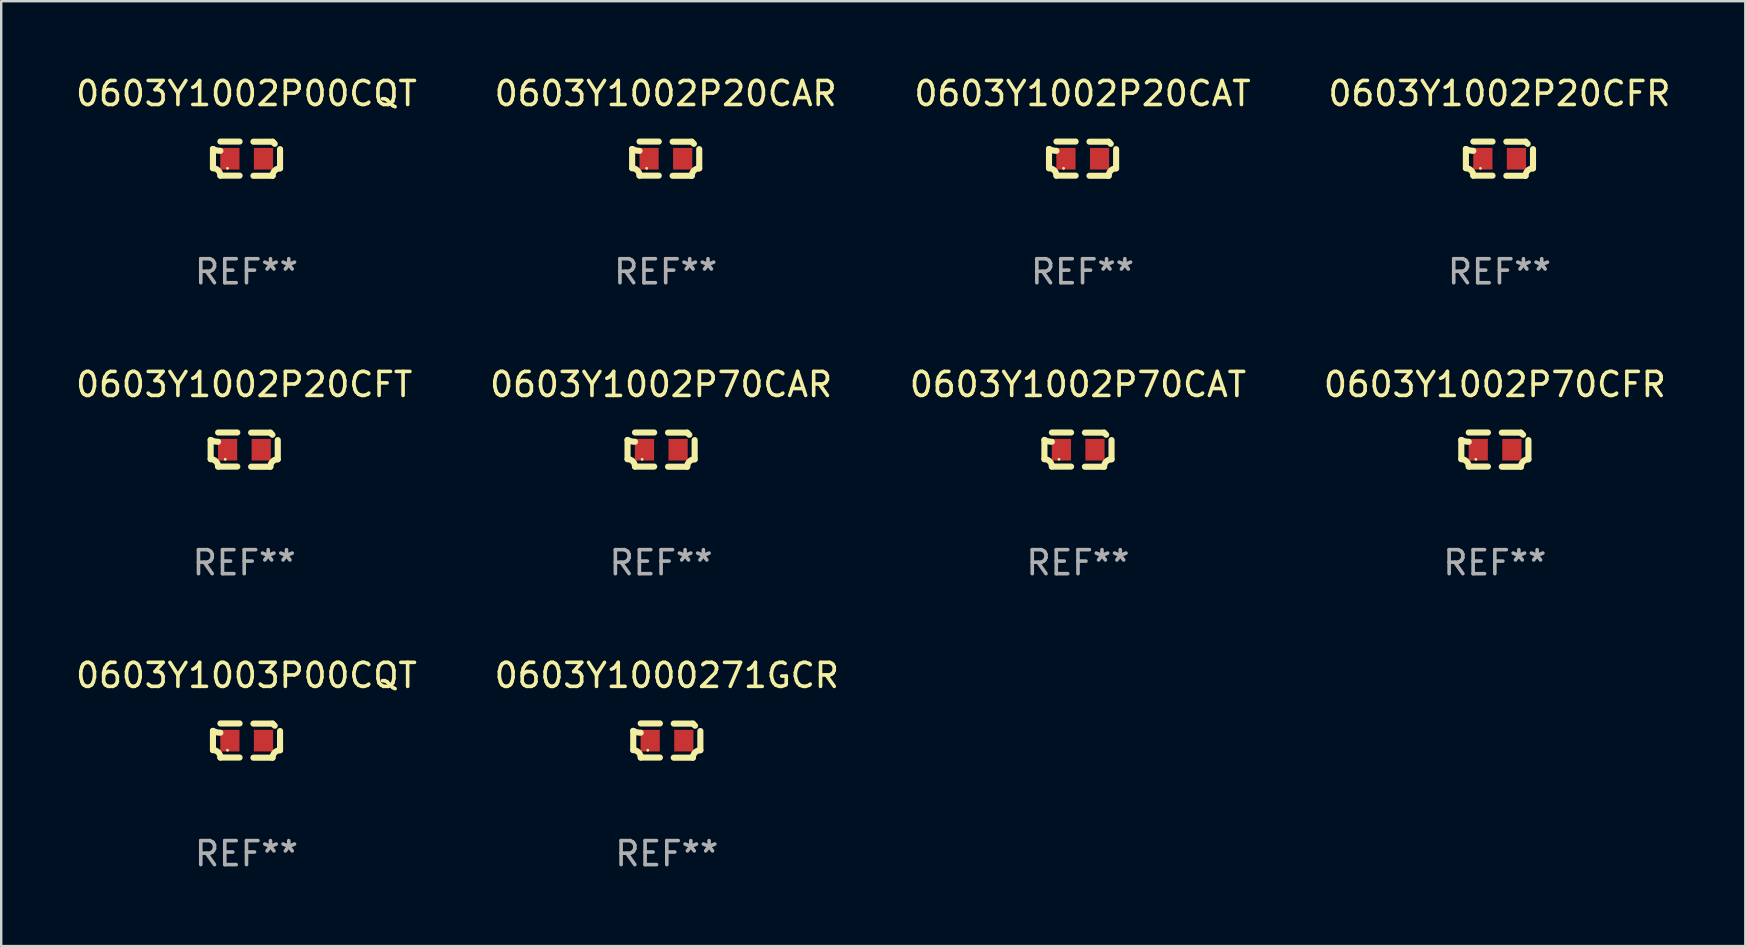
<source format=kicad_pcb>
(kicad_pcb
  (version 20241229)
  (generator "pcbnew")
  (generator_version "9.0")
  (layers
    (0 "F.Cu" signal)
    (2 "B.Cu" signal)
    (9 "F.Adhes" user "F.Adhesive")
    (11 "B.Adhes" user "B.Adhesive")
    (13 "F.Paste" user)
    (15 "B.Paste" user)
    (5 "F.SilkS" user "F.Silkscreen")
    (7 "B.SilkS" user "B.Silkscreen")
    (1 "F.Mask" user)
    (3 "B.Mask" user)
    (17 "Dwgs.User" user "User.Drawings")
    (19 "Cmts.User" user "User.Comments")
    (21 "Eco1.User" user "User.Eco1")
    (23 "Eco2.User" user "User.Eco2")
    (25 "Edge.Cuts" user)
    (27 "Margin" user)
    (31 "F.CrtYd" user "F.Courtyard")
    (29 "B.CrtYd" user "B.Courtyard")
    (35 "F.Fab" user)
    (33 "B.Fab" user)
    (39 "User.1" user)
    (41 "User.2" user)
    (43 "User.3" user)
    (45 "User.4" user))
  (footprint "0603Y1003P00CQT"
    (layer "F.Cu")
    (at 7.22 27.805)
    (property "Reference" "0603Y1003P00CQT" (at 0 -2.713 0) (layer "F.SilkS") (effects (font (size 1 1) (thickness 0.15))))
    (attr through_hole)
    (fp_line (start -1.398 -0.403) (end -1.398 0.397) (stroke (width 0.254) (type solid)) (layer "F.SilkS"))
    (fp_line (start -0.288 -0.713) (end -1.088 -0.713) (stroke (width 0.254) (type solid)) (layer "F.SilkS"))
    (fp_line (start -0.288 0.707) (end -1.088 0.707) (stroke (width 0.254) (type solid)) (layer "F.SilkS"))
    (fp_line (start 0.288 -0.707) (end 1.088 -0.707) (stroke (width 0.254) (type solid)) (layer "F.SilkS"))
    (fp_line (start 0.288 0.713) (end 1.088 0.713) (stroke (width 0.254) (type solid)) (layer "F.SilkS"))
    (fp_line (start 1.398 -0.397) (end 1.398 0.403) (stroke (width 0.254) (type solid)) (layer "F.SilkS"))
    (fp_arc (start -1.397789 0.397066) (mid -1.178701 0.487826) (end -1.08796 0.706922) (stroke (width 0.254001) (type solid)) (layer "F.SilkS"))
    (fp_arc (start -1.08796 -0.327176) (mid -1.247436 -0.346384) (end -1.39779 -0.402908) (stroke (width 0.254001) (type solid)) (layer "F.SilkS"))
    (fp_arc (start 1.087909 0.712738) (mid 1.178656 0.493655) (end 1.397739 0.402908) (stroke (width 0.254001) (type solid)) (layer "F.SilkS"))
    (fp_arc (start 1.175925 -0.618926) (mid 1.131917 -0.662923) (end 1.08791 -0.706922) (stroke (width 0.254001) (type solid)) (layer "F.SilkS"))
    (fp_circle (center -0.792 0.403) (end -0.762 0.403) (stroke (width 0.06) (type solid)) (fill no) (layer "F.SilkS"))
    (fp_text user "REF**" (at 0 4.713 0) (layer "F.Fab") (effects (font (size 1 1) (thickness 0.15))))
    (pad "1" smd rect (at -0.692 0.003) (size 0.8 0.9) (layers "F.Cu" "F.Mask" "F.Paste"))
    (pad "2" smd rect (at 0.708 0.003) (size 0.8 0.9) (layers "F.Cu" "F.Mask" "F.Paste")))
  (footprint "0603Y1002P00CQT"
    (layer "F.Cu")
    (at 7.22 3.561)
    (property "Reference" "0603Y1002P00CQT" (at 0 -2.713 0) (layer "F.SilkS") (effects (font (size 1 1) (thickness 0.15))))
    (attr through_hole)
    (fp_line (start -1.398 -0.403) (end -1.398 0.397) (stroke (width 0.254) (type solid)) (layer "F.SilkS"))
    (fp_line (start -0.288 -0.713) (end -1.088 -0.713) (stroke (width 0.254) (type solid)) (layer "F.SilkS"))
    (fp_line (start -0.288 0.707) (end -1.088 0.707) (stroke (width 0.254) (type solid)) (layer "F.SilkS"))
    (fp_line (start 0.288 -0.707) (end 1.088 -0.707) (stroke (width 0.254) (type solid)) (layer "F.SilkS"))
    (fp_line (start 0.288 0.713) (end 1.088 0.713) (stroke (width 0.254) (type solid)) (layer "F.SilkS"))
    (fp_line (start 1.398 -0.397) (end 1.398 0.403) (stroke (width 0.254) (type solid)) (layer "F.SilkS"))
    (fp_arc (start -1.397789 0.397066) (mid -1.178701 0.487826) (end -1.08796 0.706922) (stroke (width 0.254001) (type solid)) (layer "F.SilkS"))
    (fp_arc (start -1.08796 -0.327176) (mid -1.247436 -0.346384) (end -1.39779 -0.402908) (stroke (width 0.254001) (type solid)) (layer "F.SilkS"))
    (fp_arc (start 1.087909 0.712738) (mid 1.178656 0.493655) (end 1.397739 0.402908) (stroke (width 0.254001) (type solid)) (layer "F.SilkS"))
    (fp_arc (start 1.175925 -0.618926) (mid 1.131917 -0.662923) (end 1.08791 -0.706922) (stroke (width 0.254001) (type solid)) (layer "F.SilkS"))
    (fp_circle (center -0.792 0.403) (end -0.762 0.403) (stroke (width 0.06) (type solid)) (fill no) (layer "F.SilkS"))
    (fp_text user "REF**" (at 0 4.713 0) (layer "F.Fab") (effects (font (size 1 1) (thickness 0.15))))
    (pad "1" smd rect (at -0.692 0.003) (size 0.8 0.9) (layers "F.Cu" "F.Mask" "F.Paste"))
    (pad "2" smd rect (at 0.708 0.003) (size 0.8 0.9) (layers "F.Cu" "F.Mask" "F.Paste")))
  (footprint "0603Y1002P20CAT"
    (layer "F.Cu")
    (at 42.054 3.561)
    (property "Reference" "0603Y1002P20CAT" (at 0 -2.713 0) (layer "F.SilkS") (effects (font (size 1 1) (thickness 0.15))))
    (attr through_hole)
    (fp_line (start -1.398 -0.403) (end -1.398 0.397) (stroke (width 0.254) (type solid)) (layer "F.SilkS"))
    (fp_line (start -0.288 -0.713) (end -1.088 -0.713) (stroke (width 0.254) (type solid)) (layer "F.SilkS"))
    (fp_line (start -0.288 0.707) (end -1.088 0.707) (stroke (width 0.254) (type solid)) (layer "F.SilkS"))
    (fp_line (start 0.288 -0.707) (end 1.088 -0.707) (stroke (width 0.254) (type solid)) (layer "F.SilkS"))
    (fp_line (start 0.288 0.713) (end 1.088 0.713) (stroke (width 0.254) (type solid)) (layer "F.SilkS"))
    (fp_line (start 1.398 -0.397) (end 1.398 0.403) (stroke (width 0.254) (type solid)) (layer "F.SilkS"))
    (fp_arc (start -1.397789 0.397066) (mid -1.178701 0.487826) (end -1.08796 0.706922) (stroke (width 0.254001) (type solid)) (layer "F.SilkS"))
    (fp_arc (start -1.08796 -0.327176) (mid -1.247436 -0.346384) (end -1.39779 -0.402908) (stroke (width 0.254001) (type solid)) (layer "F.SilkS"))
    (fp_arc (start 1.087909 0.712738) (mid 1.178656 0.493655) (end 1.397739 0.402908) (stroke (width 0.254001) (type solid)) (layer "F.SilkS"))
    (fp_arc (start 1.175925 -0.618926) (mid 1.131917 -0.662923) (end 1.08791 -0.706922) (stroke (width 0.254001) (type solid)) (layer "F.SilkS"))
    (fp_circle (center -0.792 0.403) (end -0.762 0.403) (stroke (width 0.06) (type solid)) (fill no) (layer "F.SilkS"))
    (fp_text user "REF**" (at 0 4.713 0) (layer "F.Fab") (effects (font (size 1 1) (thickness 0.15))))
    (pad "1" smd rect (at -0.692 0.003) (size 0.8 0.9) (layers "F.Cu" "F.Mask" "F.Paste"))
    (pad "2" smd rect (at 0.708 0.003) (size 0.8 0.9) (layers "F.Cu" "F.Mask" "F.Paste")))
  (footprint "0603Y1002P20CFR"
    (layer "F.Cu")
    (at 59.423 3.561)
    (property "Reference" "0603Y1002P20CFR" (at 0 -2.713 0) (layer "F.SilkS") (effects (font (size 1 1) (thickness 0.15))))
    (attr through_hole)
    (fp_line (start -1.398 -0.403) (end -1.398 0.397) (stroke (width 0.254) (type solid)) (layer "F.SilkS"))
    (fp_line (start -0.288 -0.713) (end -1.088 -0.713) (stroke (width 0.254) (type solid)) (layer "F.SilkS"))
    (fp_line (start -0.288 0.707) (end -1.088 0.707) (stroke (width 0.254) (type solid)) (layer "F.SilkS"))
    (fp_line (start 0.288 -0.707) (end 1.088 -0.707) (stroke (width 0.254) (type solid)) (layer "F.SilkS"))
    (fp_line (start 0.288 0.713) (end 1.088 0.713) (stroke (width 0.254) (type solid)) (layer "F.SilkS"))
    (fp_line (start 1.398 -0.397) (end 1.398 0.403) (stroke (width 0.254) (type solid)) (layer "F.SilkS"))
    (fp_arc (start -1.397789 0.397066) (mid -1.178701 0.487826) (end -1.08796 0.706922) (stroke (width 0.254001) (type solid)) (layer "F.SilkS"))
    (fp_arc (start -1.08796 -0.327176) (mid -1.247436 -0.346384) (end -1.39779 -0.402908) (stroke (width 0.254001) (type solid)) (layer "F.SilkS"))
    (fp_arc (start 1.087909 0.712738) (mid 1.178656 0.493655) (end 1.397739 0.402908) (stroke (width 0.254001) (type solid)) (layer "F.SilkS"))
    (fp_arc (start 1.175925 -0.618926) (mid 1.131917 -0.662923) (end 1.08791 -0.706922) (stroke (width 0.254001) (type solid)) (layer "F.SilkS"))
    (fp_circle (center -0.792 0.403) (end -0.762 0.403) (stroke (width 0.06) (type solid)) (fill no) (layer "F.SilkS"))
    (fp_text user "REF**" (at 0 4.713 0) (layer "F.Fab") (effects (font (size 1 1) (thickness 0.15))))
    (pad "1" smd rect (at -0.692 0.003) (size 0.8 0.9) (layers "F.Cu" "F.Mask" "F.Paste"))
    (pad "2" smd rect (at 0.708 0.003) (size 0.8 0.9) (layers "F.Cu" "F.Mask" "F.Paste")))
  (footprint "0603Y1002P20CAR"
    (layer "F.Cu")
    (at 24.685 3.561)
    (property "Reference" "0603Y1002P20CAR" (at 0 -2.713 0) (layer "F.SilkS") (effects (font (size 1 1) (thickness 0.15))))
    (attr through_hole)
    (fp_line (start -1.398 -0.403) (end -1.398 0.397) (stroke (width 0.254) (type solid)) (layer "F.SilkS"))
    (fp_line (start -0.288 -0.713) (end -1.088 -0.713) (stroke (width 0.254) (type solid)) (layer "F.SilkS"))
    (fp_line (start -0.288 0.707) (end -1.088 0.707) (stroke (width 0.254) (type solid)) (layer "F.SilkS"))
    (fp_line (start 0.288 -0.707) (end 1.088 -0.707) (stroke (width 0.254) (type solid)) (layer "F.SilkS"))
    (fp_line (start 0.288 0.713) (end 1.088 0.713) (stroke (width 0.254) (type solid)) (layer "F.SilkS"))
    (fp_line (start 1.398 -0.397) (end 1.398 0.403) (stroke (width 0.254) (type solid)) (layer "F.SilkS"))
    (fp_arc (start -1.397789 0.397066) (mid -1.178701 0.487826) (end -1.08796 0.706922) (stroke (width 0.254001) (type solid)) (layer "F.SilkS"))
    (fp_arc (start -1.08796 -0.327176) (mid -1.247436 -0.346384) (end -1.39779 -0.402908) (stroke (width 0.254001) (type solid)) (layer "F.SilkS"))
    (fp_arc (start 1.087909 0.712738) (mid 1.178656 0.493655) (end 1.397739 0.402908) (stroke (width 0.254001) (type solid)) (layer "F.SilkS"))
    (fp_arc (start 1.175925 -0.618926) (mid 1.131917 -0.662923) (end 1.08791 -0.706922) (stroke (width 0.254001) (type solid)) (layer "F.SilkS"))
    (fp_circle (center -0.792 0.403) (end -0.762 0.403) (stroke (width 0.06) (type solid)) (fill no) (layer "F.SilkS"))
    (fp_text user "REF**" (at 0 4.713 0) (layer "F.Fab") (effects (font (size 1 1) (thickness 0.15))))
    (pad "1" smd rect (at -0.692 0.003) (size 0.8 0.9) (layers "F.Cu" "F.Mask" "F.Paste"))
    (pad "2" smd rect (at 0.708 0.003) (size 0.8 0.9) (layers "F.Cu" "F.Mask" "F.Paste")))
  (footprint "0603Y1000271GCR"
    (layer "F.Cu")
    (at 24.732 27.805)
    (property "Reference" "0603Y1000271GCR" (at 0 -2.713 0) (layer "F.SilkS") (effects (font (size 1 1) (thickness 0.15))))
    (attr through_hole)
    (fp_line (start -1.398 -0.403) (end -1.398 0.397) (stroke (width 0.254) (type solid)) (layer "F.SilkS"))
    (fp_line (start -0.288 -0.713) (end -1.088 -0.713) (stroke (width 0.254) (type solid)) (layer "F.SilkS"))
    (fp_line (start -0.288 0.707) (end -1.088 0.707) (stroke (width 0.254) (type solid)) (layer "F.SilkS"))
    (fp_line (start 0.288 -0.707) (end 1.088 -0.707) (stroke (width 0.254) (type solid)) (layer "F.SilkS"))
    (fp_line (start 0.288 0.713) (end 1.088 0.713) (stroke (width 0.254) (type solid)) (layer "F.SilkS"))
    (fp_line (start 1.398 -0.397) (end 1.398 0.403) (stroke (width 0.254) (type solid)) (layer "F.SilkS"))
    (fp_arc (start -1.397789 0.397066) (mid -1.178701 0.487826) (end -1.08796 0.706922) (stroke (width 0.254001) (type solid)) (layer "F.SilkS"))
    (fp_arc (start -1.08796 -0.327176) (mid -1.247436 -0.346384) (end -1.39779 -0.402908) (stroke (width 0.254001) (type solid)) (layer "F.SilkS"))
    (fp_arc (start 1.087909 0.712738) (mid 1.178656 0.493655) (end 1.397739 0.402908) (stroke (width 0.254001) (type solid)) (layer "F.SilkS"))
    (fp_arc (start 1.175925 -0.618926) (mid 1.131917 -0.662923) (end 1.08791 -0.706922) (stroke (width 0.254001) (type solid)) (layer "F.SilkS"))
    (fp_circle (center -0.792 0.403) (end -0.762 0.403) (stroke (width 0.06) (type solid)) (fill no) (layer "F.SilkS"))
    (fp_text user "REF**" (at 0 4.713 0) (layer "F.Fab") (effects (font (size 1 1) (thickness 0.15))))
    (pad "1" smd rect (at -0.692 0.003) (size 0.8 0.9) (layers "F.Cu" "F.Mask" "F.Paste"))
    (pad "2" smd rect (at 0.708 0.003) (size 0.8 0.9) (layers "F.Cu" "F.Mask" "F.Paste")))
  (footprint "0603Y1002P70CAR"
    (layer "F.Cu")
    (at 24.494 15.683)
    (property "Reference" "0603Y1002P70CAR" (at 0 -2.713 0) (layer "F.SilkS") (effects (font (size 1 1) (thickness 0.15))))
    (attr through_hole)
    (fp_line (start -1.398 -0.403) (end -1.398 0.397) (stroke (width 0.254) (type solid)) (layer "F.SilkS"))
    (fp_line (start -0.288 -0.713) (end -1.088 -0.713) (stroke (width 0.254) (type solid)) (layer "F.SilkS"))
    (fp_line (start -0.288 0.707) (end -1.088 0.707) (stroke (width 0.254) (type solid)) (layer "F.SilkS"))
    (fp_line (start 0.288 -0.707) (end 1.088 -0.707) (stroke (width 0.254) (type solid)) (layer "F.SilkS"))
    (fp_line (start 0.288 0.713) (end 1.088 0.713) (stroke (width 0.254) (type solid)) (layer "F.SilkS"))
    (fp_line (start 1.398 -0.397) (end 1.398 0.403) (stroke (width 0.254) (type solid)) (layer "F.SilkS"))
    (fp_arc (start -1.397789 0.397066) (mid -1.178701 0.487826) (end -1.08796 0.706922) (stroke (width 0.254001) (type solid)) (layer "F.SilkS"))
    (fp_arc (start -1.08796 -0.327176) (mid -1.247436 -0.346384) (end -1.39779 -0.402908) (stroke (width 0.254001) (type solid)) (layer "F.SilkS"))
    (fp_arc (start 1.087909 0.712738) (mid 1.178656 0.493655) (end 1.397739 0.402908) (stroke (width 0.254001) (type solid)) (layer "F.SilkS"))
    (fp_arc (start 1.175925 -0.618926) (mid 1.131917 -0.662923) (end 1.08791 -0.706922) (stroke (width 0.254001) (type solid)) (layer "F.SilkS"))
    (fp_circle (center -0.792 0.403) (end -0.762 0.403) (stroke (width 0.06) (type solid)) (fill no) (layer "F.SilkS"))
    (fp_text user "REF**" (at 0 4.713 0) (layer "F.Fab") (effects (font (size 1 1) (thickness 0.15))))
    (pad "1" smd rect (at -0.692 0.003) (size 0.8 0.9) (layers "F.Cu" "F.Mask" "F.Paste"))
    (pad "2" smd rect (at 0.708 0.003) (size 0.8 0.9) (layers "F.Cu" "F.Mask" "F.Paste")))
  (footprint "0603Y1002P20CFT"
    (layer "F.Cu")
    (at 7.125 15.683)
    (property "Reference" "0603Y1002P20CFT" (at 0 -2.713 0) (layer "F.SilkS") (effects (font (size 1 1) (thickness 0.15))))
    (attr through_hole)
    (fp_line (start -1.398 -0.403) (end -1.398 0.397) (stroke (width 0.254) (type solid)) (layer "F.SilkS"))
    (fp_line (start -0.288 -0.713) (end -1.088 -0.713) (stroke (width 0.254) (type solid)) (layer "F.SilkS"))
    (fp_line (start -0.288 0.707) (end -1.088 0.707) (stroke (width 0.254) (type solid)) (layer "F.SilkS"))
    (fp_line (start 0.288 -0.707) (end 1.088 -0.707) (stroke (width 0.254) (type solid)) (layer "F.SilkS"))
    (fp_line (start 0.288 0.713) (end 1.088 0.713) (stroke (width 0.254) (type solid)) (layer "F.SilkS"))
    (fp_line (start 1.398 -0.397) (end 1.398 0.403) (stroke (width 0.254) (type solid)) (layer "F.SilkS"))
    (fp_arc (start -1.397789 0.397066) (mid -1.178701 0.487826) (end -1.08796 0.706922) (stroke (width 0.254001) (type solid)) (layer "F.SilkS"))
    (fp_arc (start -1.08796 -0.327176) (mid -1.247436 -0.346384) (end -1.39779 -0.402908) (stroke (width 0.254001) (type solid)) (layer "F.SilkS"))
    (fp_arc (start 1.087909 0.712738) (mid 1.178656 0.493655) (end 1.397739 0.402908) (stroke (width 0.254001) (type solid)) (layer "F.SilkS"))
    (fp_arc (start 1.175925 -0.618926) (mid 1.131917 -0.662923) (end 1.08791 -0.706922) (stroke (width 0.254001) (type solid)) (layer "F.SilkS"))
    (fp_circle (center -0.792 0.403) (end -0.762 0.403) (stroke (width 0.06) (type solid)) (fill no) (layer "F.SilkS"))
    (fp_text user "REF**" (at 0 4.713 0) (layer "F.Fab") (effects (font (size 1 1) (thickness 0.15))))
    (pad "1" smd rect (at -0.692 0.003) (size 0.8 0.9) (layers "F.Cu" "F.Mask" "F.Paste"))
    (pad "2" smd rect (at 0.708 0.003) (size 0.8 0.9) (layers "F.Cu" "F.Mask" "F.Paste")))
  (footprint "0603Y1002P70CAT"
    (layer "F.Cu")
    (at 41.863 15.683)
    (property "Reference" "0603Y1002P70CAT" (at 0 -2.713 0) (layer "F.SilkS") (effects (font (size 1 1) (thickness 0.15))))
    (attr through_hole)
    (fp_line (start -1.398 -0.403) (end -1.398 0.397) (stroke (width 0.254) (type solid)) (layer "F.SilkS"))
    (fp_line (start -0.288 -0.713) (end -1.088 -0.713) (stroke (width 0.254) (type solid)) (layer "F.SilkS"))
    (fp_line (start -0.288 0.707) (end -1.088 0.707) (stroke (width 0.254) (type solid)) (layer "F.SilkS"))
    (fp_line (start 0.288 -0.707) (end 1.088 -0.707) (stroke (width 0.254) (type solid)) (layer "F.SilkS"))
    (fp_line (start 0.288 0.713) (end 1.088 0.713) (stroke (width 0.254) (type solid)) (layer "F.SilkS"))
    (fp_line (start 1.398 -0.397) (end 1.398 0.403) (stroke (width 0.254) (type solid)) (layer "F.SilkS"))
    (fp_arc (start -1.397789 0.397066) (mid -1.178701 0.487826) (end -1.08796 0.706922) (stroke (width 0.254001) (type solid)) (layer "F.SilkS"))
    (fp_arc (start -1.08796 -0.327176) (mid -1.247436 -0.346384) (end -1.39779 -0.402908) (stroke (width 0.254001) (type solid)) (layer "F.SilkS"))
    (fp_arc (start 1.087909 0.712738) (mid 1.178656 0.493655) (end 1.397739 0.402908) (stroke (width 0.254001) (type solid)) (layer "F.SilkS"))
    (fp_arc (start 1.175925 -0.618926) (mid 1.131917 -0.662923) (end 1.08791 -0.706922) (stroke (width 0.254001) (type solid)) (layer "F.SilkS"))
    (fp_circle (center -0.792 0.403) (end -0.762 0.403) (stroke (width 0.06) (type solid)) (fill no) (layer "F.SilkS"))
    (fp_text user "REF**" (at 0 4.713 0) (layer "F.Fab") (effects (font (size 1 1) (thickness 0.15))))
    (pad "1" smd rect (at -0.692 0.003) (size 0.8 0.9) (layers "F.Cu" "F.Mask" "F.Paste"))
    (pad "2" smd rect (at 0.708 0.003) (size 0.8 0.9) (layers "F.Cu" "F.Mask" "F.Paste")))
  (footprint "0603Y1002P70CFR"
    (layer "F.Cu")
    (at 59.232 15.683)
    (property "Reference" "0603Y1002P70CFR" (at 0 -2.713 0) (layer "F.SilkS") (effects (font (size 1 1) (thickness 0.15))))
    (attr through_hole)
    (fp_line (start -1.398 -0.403) (end -1.398 0.397) (stroke (width 0.254) (type solid)) (layer "F.SilkS"))
    (fp_line (start -0.288 -0.713) (end -1.088 -0.713) (stroke (width 0.254) (type solid)) (layer "F.SilkS"))
    (fp_line (start -0.288 0.707) (end -1.088 0.707) (stroke (width 0.254) (type solid)) (layer "F.SilkS"))
    (fp_line (start 0.288 -0.707) (end 1.088 -0.707) (stroke (width 0.254) (type solid)) (layer "F.SilkS"))
    (fp_line (start 0.288 0.713) (end 1.088 0.713) (stroke (width 0.254) (type solid)) (layer "F.SilkS"))
    (fp_line (start 1.398 -0.397) (end 1.398 0.403) (stroke (width 0.254) (type solid)) (layer "F.SilkS"))
    (fp_arc (start -1.397789 0.397066) (mid -1.178701 0.487826) (end -1.08796 0.706922) (stroke (width 0.254001) (type solid)) (layer "F.SilkS"))
    (fp_arc (start -1.08796 -0.327176) (mid -1.247436 -0.346384) (end -1.39779 -0.402908) (stroke (width 0.254001) (type solid)) (layer "F.SilkS"))
    (fp_arc (start 1.087909 0.712738) (mid 1.178656 0.493655) (end 1.397739 0.402908) (stroke (width 0.254001) (type solid)) (layer "F.SilkS"))
    (fp_arc (start 1.175925 -0.618926) (mid 1.131917 -0.662923) (end 1.08791 -0.706922) (stroke (width 0.254001) (type solid)) (layer "F.SilkS"))
    (fp_circle (center -0.792 0.403) (end -0.762 0.403) (stroke (width 0.06) (type solid)) (fill no) (layer "F.SilkS"))
    (fp_text user "REF**" (at 0 4.713 0) (layer "F.Fab") (effects (font (size 1 1) (thickness 0.15))))
    (pad "1" smd rect (at -0.692 0.003) (size 0.8 0.9) (layers "F.Cu" "F.Mask" "F.Paste"))
    (pad "2" smd rect (at 0.708 0.003) (size 0.8 0.9) (layers "F.Cu" "F.Mask" "F.Paste")))
  (gr_rect
    (start -3 -3)
    (end 69.667 36.366)
    (stroke (width 0.1) (type default))
    (fill no)
    (layer "Edge.Cuts")))
</source>
